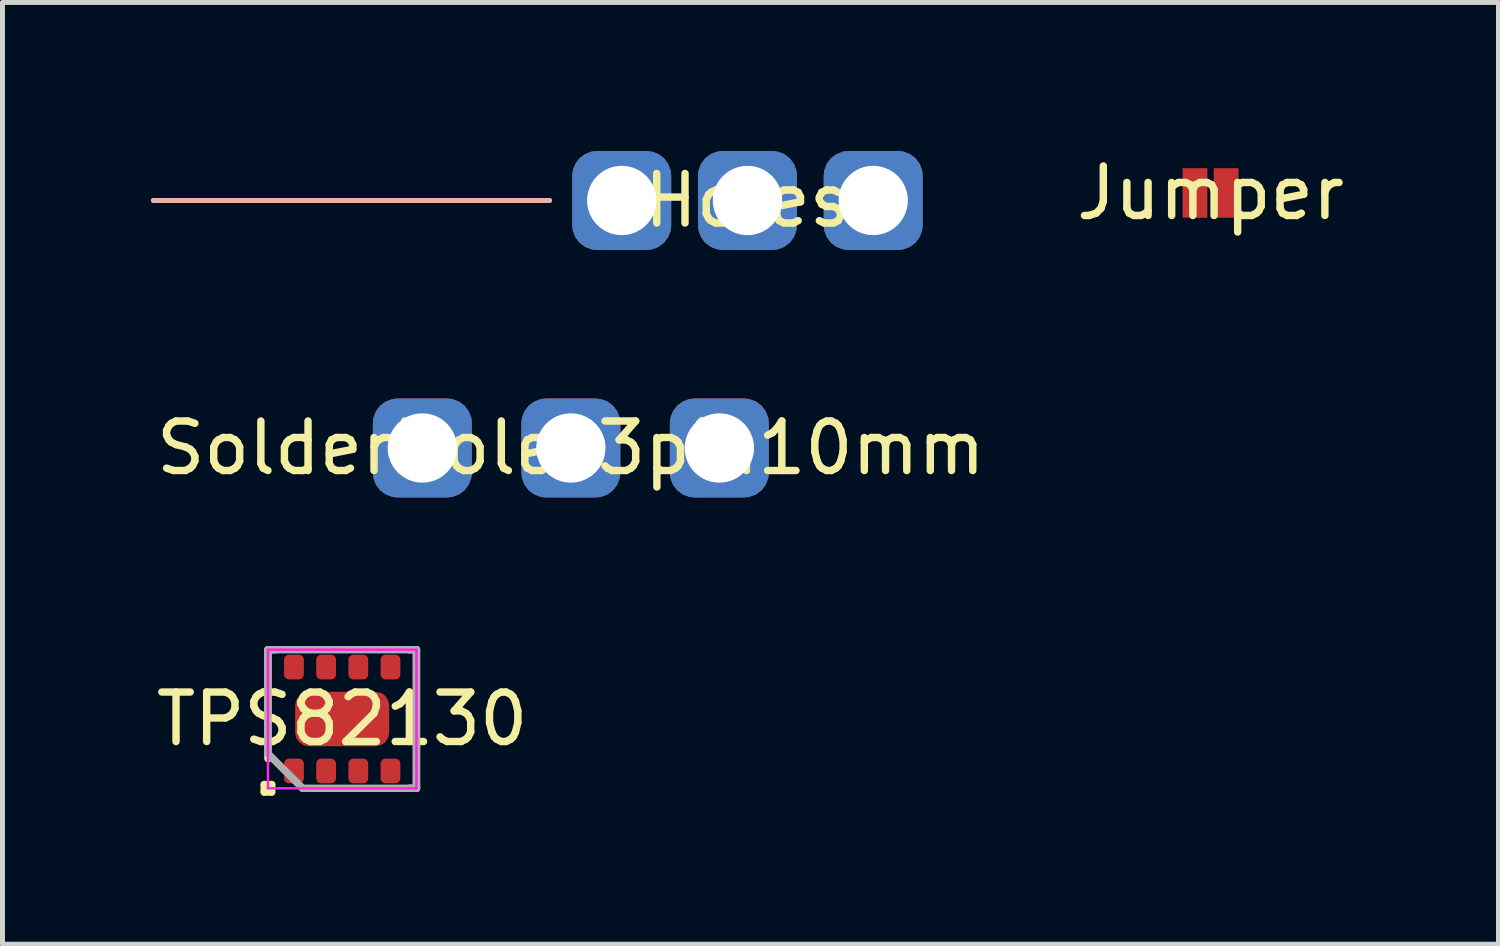
<source format=kicad_pcb>
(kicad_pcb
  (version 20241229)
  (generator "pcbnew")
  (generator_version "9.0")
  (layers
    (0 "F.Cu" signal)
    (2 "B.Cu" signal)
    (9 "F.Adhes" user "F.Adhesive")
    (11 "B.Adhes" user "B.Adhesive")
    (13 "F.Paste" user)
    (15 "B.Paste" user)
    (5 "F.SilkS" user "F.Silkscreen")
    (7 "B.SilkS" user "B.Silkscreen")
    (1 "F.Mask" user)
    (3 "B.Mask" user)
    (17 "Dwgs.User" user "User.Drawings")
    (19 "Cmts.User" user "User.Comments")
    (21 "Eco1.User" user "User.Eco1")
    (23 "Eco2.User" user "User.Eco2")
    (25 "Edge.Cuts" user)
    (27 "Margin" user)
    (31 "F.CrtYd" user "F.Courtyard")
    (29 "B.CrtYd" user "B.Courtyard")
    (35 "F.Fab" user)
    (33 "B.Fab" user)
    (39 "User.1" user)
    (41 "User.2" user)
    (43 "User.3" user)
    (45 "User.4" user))
  (footprint "Jumper"
    (layer "F.Cu")
    (at 21.405 0.848)
    (property "Reference" "Jumper" (at 0 0 0) (layer "F.SilkS") (effects (font (size 1 1) (thickness 0.15))))
    (attr smd)
    (pad "1" smd rect (at -0.315 0) (size 0.5 1) (layers "F.Cu" "F.Mask" "F.Paste"))
    (pad "2" smd rect (at 0.315 0) (size 0.5 1) (layers "F.Cu" "F.Mask" "F.Paste")))
  (footprint "TPS82130"
    (layer "F.Cu")
    (at 3.863 11.475)
    (property "Reference" "TPS82130" (at 0 0 0) (layer "F.SilkS") (effects (font (size 1 1) (thickness 0.15))))
    (attr smd)
    (fp_line (start -1.575 1.325) (end -1.425 1.325) (stroke (width 0.15) (type solid)) (layer "F.SilkS"))
    (fp_line (start -1.575 1.475) (end -1.575 1.325) (stroke (width 0.15) (type solid)) (layer "F.SilkS"))
    (fp_line (start -1.5 -1.4) (end -1.5 0.8) (stroke (width 0.15) (type solid)) (layer "F.SilkS"))
    (fp_line (start -1.425 1.325) (end -1.425 1.475) (stroke (width 0.15) (type solid)) (layer "F.SilkS"))
    (fp_line (start -1.425 1.475) (end -1.575 1.475) (stroke (width 0.15) (type solid)) (layer "F.SilkS"))
    (fp_line (start -1.35 -1.4) (end -1.5 -1.4) (stroke (width 0.15) (type solid)) (layer "F.SilkS"))
    (fp_line (start 1.35 1.4) (end 1.5 1.4) (stroke (width 0.15) (type solid)) (layer "F.SilkS"))
    (fp_line (start 1.5 -1.4) (end 1.35 -1.4) (stroke (width 0.15) (type solid)) (layer "F.SilkS"))
    (fp_line (start 1.5 1.4) (end 1.5 -1.4) (stroke (width 0.15) (type solid)) (layer "F.SilkS"))
    (fp_line (start -1.5 -1.4) (end 1.5 -1.4) (stroke (width 0.05) (type solid)) (layer "F.CrtYd"))
    (fp_line (start -1.5 1.4) (end -1.5 -1.4) (stroke (width 0.05) (type solid)) (layer "F.CrtYd"))
    (fp_line (start 1.5 -1.4) (end 1.5 1.4) (stroke (width 0.05) (type solid)) (layer "F.CrtYd"))
    (fp_line (start 1.5 1.4) (end -1.5 1.4) (stroke (width 0.05) (type solid)) (layer "F.CrtYd"))
    (fp_line (start -1.5 -1.4) (end -1.5 0.7) (stroke (width 0.15) (type solid)) (layer "F.Fab"))
    (fp_line (start -0.8 1.4) (end -1.5 0.7) (stroke (width 0.15) (type solid)) (layer "F.Fab"))
    (fp_line (start -0.8 1.4) (end 1.5 1.4) (stroke (width 0.15) (type solid)) (layer "F.Fab"))
    (fp_line (start 1.5 -1.4) (end -1.5 -1.4) (stroke (width 0.15) (type solid)) (layer "F.Fab"))
    (fp_line (start 1.5 1.4) (end 1.5 -1.4) (stroke (width 0.15) (type solid)) (layer "F.Fab"))
    (pad "1" smd roundrect (at -0.975 1.05) (size 0.4 0.5) (layers "F.Cu" "F.Mask" "F.Paste") (roundrect_rratio 0.25))
    (pad "2" smd roundrect (at -0.325 1.05) (size 0.4 0.5) (layers "F.Cu" "F.Mask" "F.Paste") (roundrect_rratio 0.25))
    (pad "3" smd roundrect (at 0.325 1.05) (size 0.4 0.5) (layers "F.Cu" "F.Mask" "F.Paste") (roundrect_rratio 0.25))
    (pad "4" smd roundrect (at 0.975 1.05) (size 0.4 0.5) (layers "F.Cu" "F.Mask" "F.Paste") (roundrect_rratio 0.25))
    (pad "5" smd roundrect (at 0.975 -1.05) (size 0.4 0.5) (layers "F.Cu" "F.Mask" "F.Paste") (roundrect_rratio 0.25))
    (pad "6" smd roundrect (at 0.325 -1.05) (size 0.4 0.5) (layers "F.Cu" "F.Mask" "F.Paste") (roundrect_rratio 0.25))
    (pad "7" smd roundrect (at -0.325 -1.05) (size 0.4 0.5) (layers "F.Cu" "F.Mask" "F.Paste") (roundrect_rratio 0.25))
    (pad "8" smd roundrect (at -0.975 -1.05) (size 0.4 0.5) (layers "F.Cu" "F.Mask" "F.Paste") (roundrect_rratio 0.25))
    (pad "9" smd roundrect (at 0 0) (size 1.9 1.1) (layers "F.Cu" "F.Mask" "F.Paste") (roundrect_rratio 0.25)))
  (footprint "SolderHoles3pin10mm"
    (layer "F.Cu")
    (at 8.482 6)
    (property "Reference" "SolderHoles3pin10mm" (at 0 0 0) (layer "F.SilkS") (effects (font (size 1 1) (thickness 0.15))))
    (attr through_hole)
    (pad "1" thru_hole roundrect (at -3 0) (size 2 2) (drill 1.4) (layers "*.Cu" "*.Mask") (remove_unused_layers yes) (keep_end_layers yes) (zone_layer_connections) (roundrect_rratio 0.25))
    (pad "2" thru_hole roundrect (at 0 0) (size 2 2) (drill 1.4) (layers "*.Cu" "*.Mask") (remove_unused_layers yes) (keep_end_layers yes) (zone_layer_connections) (roundrect_rratio 0.25))
    (pad "3" thru_hole roundrect (at 3 0) (size 2 2) (drill 1.4) (layers "*.Cu" "*.Mask") (remove_unused_layers yes) (keep_end_layers yes) (zone_layer_connections) (roundrect_rratio 0.25)))
  (footprint "Holes"
    (layer "F.Cu")
    (at 12.05 1)
    (property "Reference" "Holes" (at 0 0 0) (layer "F.SilkS") (effects (font (size 1 1) (thickness 0.15))))
    (attr through_hole)
    (fp_line (start -4 0) (end -12 0) (stroke (width 0.1) (type solid)) (layer "F.SilkS"))
    (fp_line (start -4 0) (end -12 0) (stroke (width 0.1) (type solid)) (layer "B.SilkS"))
    (pad "1" thru_hole roundrect (at -2.54 0) (size 2 2) (drill 1.4) (layers "*.Cu" "*.Mask") (remove_unused_layers yes) (keep_end_layers yes) (zone_layer_connections) (roundrect_rratio 0.25))
    (pad "2" thru_hole roundrect (at 0 0) (size 2 2) (drill 1.4) (layers "*.Cu" "*.Mask") (remove_unused_layers yes) (keep_end_layers yes) (zone_layer_connections) (roundrect_rratio 0.25))
    (pad "3" thru_hole roundrect (at 2.54 0) (size 2 2) (drill 1.4) (layers "*.Cu" "*.Mask") (remove_unused_layers yes) (keep_end_layers yes) (zone_layer_connections) (roundrect_rratio 0.25)))
  (gr_rect
    (start -3 -3)
    (end 27.221 16.025)
    (stroke (width 0.1) (type default))
    (fill no)
    (layer "Edge.Cuts")))
</source>
